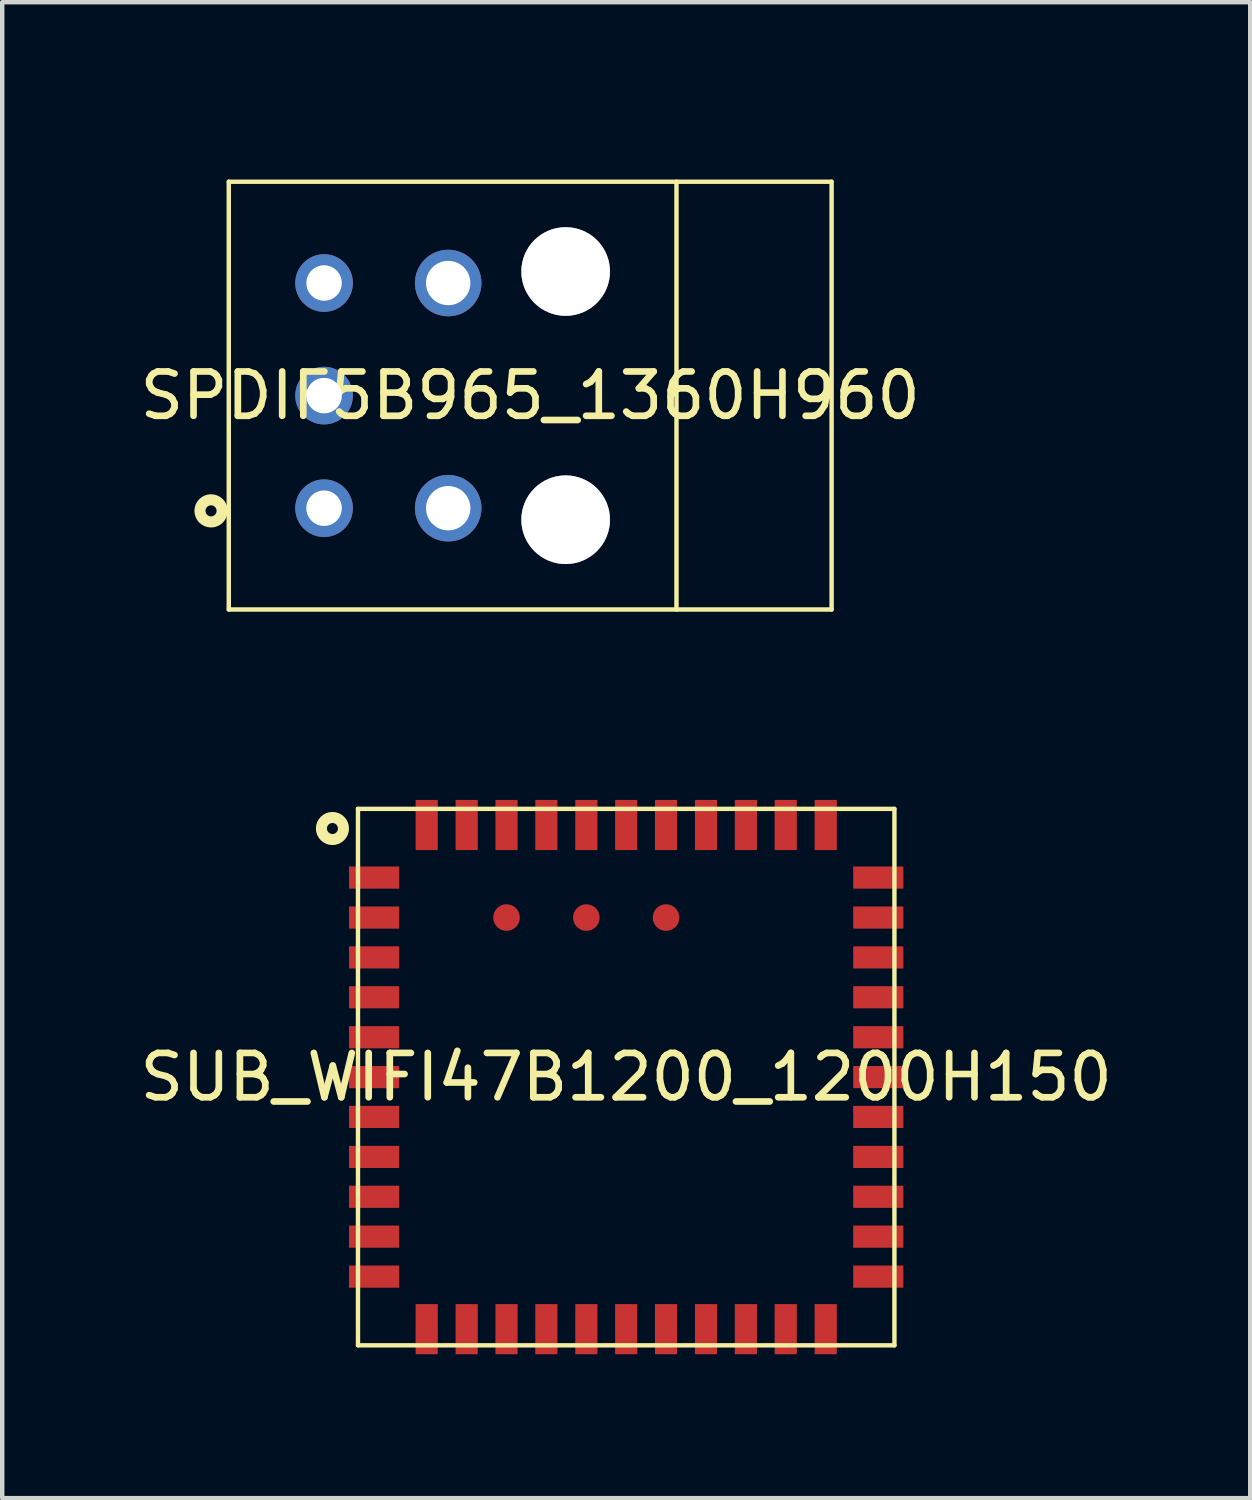
<source format=kicad_pcb>
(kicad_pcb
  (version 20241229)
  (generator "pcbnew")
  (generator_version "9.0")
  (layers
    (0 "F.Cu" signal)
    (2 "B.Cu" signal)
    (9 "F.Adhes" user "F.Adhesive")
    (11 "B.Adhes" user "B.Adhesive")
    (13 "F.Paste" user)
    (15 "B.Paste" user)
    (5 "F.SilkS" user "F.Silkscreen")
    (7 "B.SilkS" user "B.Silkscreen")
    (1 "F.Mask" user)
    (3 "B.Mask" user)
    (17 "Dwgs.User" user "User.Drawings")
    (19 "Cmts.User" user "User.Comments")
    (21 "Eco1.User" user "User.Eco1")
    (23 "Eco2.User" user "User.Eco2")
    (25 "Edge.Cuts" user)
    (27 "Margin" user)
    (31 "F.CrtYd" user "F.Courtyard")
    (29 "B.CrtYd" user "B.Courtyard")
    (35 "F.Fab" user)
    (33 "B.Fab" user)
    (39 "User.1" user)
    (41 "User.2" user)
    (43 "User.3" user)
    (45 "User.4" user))
  (footprint "SPDIF5B965_1360H960"
    (layer "F.Cu")
    (at 8.911 5.875)
    (property "Reference" "SPDIF5B965_1360H960" (at 0 0 0) (layer "F.SilkS") (effects (font (size 1 1) (thickness 0.15))))
    (fp_line (start -6.8 4.825) (end -6.8 -4.825) (stroke (width 0.1) (type default)) (layer "F.SilkS"))
    (fp_line (start 3.3 4.825) (end 3.3 -4.825) (stroke (width 0.1) (type default)) (layer "F.SilkS"))
    (fp_line (start 6.8 -4.825) (end -6.8 -4.825) (stroke (width 0.1) (type default)) (layer "F.SilkS"))
    (fp_line (start 6.8 4.825) (end -6.8 4.825) (stroke (width 0.1) (type default)) (layer "F.SilkS"))
    (fp_line (start 6.8 4.825) (end 6.8 -4.825) (stroke (width 0.1) (type default)) (layer "F.SilkS"))
    (fp_circle (center -7.2 2.6) (end -6.95 2.6) (stroke (width 0.25) (type default)) (fill no) (layer "F.SilkS"))
    (fp_line (start -7.8 5.825) (end -7.8 -5.825) (stroke (width 0.025) (type default)) (layer "User.1"))
    (fp_line (start 7.8 -5.825) (end -7.8 -5.825) (stroke (width 0.025) (type default)) (layer "User.1"))
    (fp_line (start 7.8 5.825) (end -7.8 5.825) (stroke (width 0.025) (type default)) (layer "User.1"))
    (fp_line (start 7.8 5.825) (end 7.8 -5.825) (stroke (width 0.025) (type default)) (layer "User.1"))
    (fp_poly (pts (xy -6.8 -4.825) (xy 6.8 -4.825) (xy 6.8 4.825) (xy -6.8 4.825)) (stroke (width 0.1) (type default)) (fill no) (layer "User.1"))
    (fp_poly (pts (xy -6.8 -4.825) (xy 6.8 -4.825) (xy 6.8 4.825) (xy -6.8 4.825)) (stroke (width 0.1) (type default)) (fill no) (layer "User.1"))
    (fp_poly (pts (xy -6.3 -4.8) (xy -6.3 4.8) (xy 2.8 4.8) (xy 2.8 -4.8)) (stroke (width 0.1) (type default)) (fill no) (layer "User.1"))
    (fp_poly (pts (xy -6.3 -4.8) (xy -6.3 4.8) (xy 2.8 4.8) (xy 2.8 -4.8)) (stroke (width 0.1) (type default)) (fill no) (layer "User.1"))
    (fp_poly (pts (xy -7.8 -5.825) (xy -7.8 5.825) (xy 6.683 5.825) (xy 6.683 4.825) (xy -6.8 4.825) (xy -6.8 -4.825) (xy 6.8 -4.825) (xy 6.8 5.825) (xy 7.8 5.825) (xy 7.8 -5.825)) (stroke (width 0.1) (type default)) (fill no) (layer "User.1"))
    (fp_poly (pts (xy -7.8 -5.825) (xy -7.8 5.825) (xy 6.683 5.825) (xy 6.683 4.825) (xy -6.8 4.825) (xy -6.8 -4.825) (xy 6.8 -4.825) (xy 6.8 5.825) (xy 7.8 5.825) (xy 7.8 -5.825)) (stroke (width 0.1) (type default)) (fill no) (layer "User.1"))
    (pad "1" thru_hole circle (at -4.65 2.54 90) (size 1.3 1.3) (drill 0.8) (layers "*.Cu" "*.Mask"))
    (pad "2" thru_hole circle (at -4.65 0 90) (size 1.3 1.3) (drill 0.8) (layers "*.Cu" "*.Mask"))
    (pad "3" thru_hole circle (at -4.65 -2.54 90) (size 1.3 1.3) (drill 0.8) (layers "*.Cu" "*.Mask"))
    (pad "4" thru_hole circle (at -1.85 2.54 90) (size 1.501 1.501) (drill 1.001) (layers "*.Cu" "*.Mask"))
    (pad "5" thru_hole circle (at -1.85 -2.54 90) (size 1.501 1.501) (drill 1.001) (layers "*.Cu" "*.Mask"))
    (pad "6" thru_hole circle (at 0.8 -2.8 90) (size 2 2) (drill 2) (layers "*.Cu" "*.Mask"))
    (pad "7" thru_hole circle (at 0.8 2.8 90) (size 2 2) (drill 2) (layers "*.Cu" "*.Mask"))
    (zone (net_name "") (layer "Edge.Cuts") (hatch edge 0.5) (connect_pads) (min_thickness 0.25) (filled_areas_thickness no) (keepout (tracks not_allowed) (vias not_allowed) (pads not_allowed) (copperpour not_allowed) (footprints allowed)) (placement (enabled no)) (fill) (polygon (pts (xy 10.037 1.857) (xy 10.341 1.983) (xy 10.602 2.183) (xy 10.803 2.445) (xy 10.929 2.748) (xy 10.972 3.075) (xy 10.929 3.401) (xy 10.803 3.705) (xy 10.602 3.966) (xy 10.341 4.167) (xy 10.037 4.293) (xy 9.711 4.336) (xy 9.384 4.293) (xy 9.08 4.167) (xy 8.819 3.966) (xy 8.619 3.705) (xy 8.493 3.401) (xy 8.45 3.075) (xy 8.493 2.748) (xy 8.619 2.445) (xy 8.819 2.183) (xy 9.08 1.983) (xy 9.384 1.857) (xy 9.711 1.814))))
    (zone (net_name "") (layer "Edge.Cuts") (hatch edge 0.5) (connect_pads) (min_thickness 0.25) (filled_areas_thickness no) (keepout (tracks not_allowed) (vias not_allowed) (pads not_allowed) (copperpour not_allowed) (footprints allowed)) (placement (enabled no)) (fill) (polygon (pts (xy 10.037 7.457) (xy 10.341 7.583) (xy 10.602 7.784) (xy 10.803 8.044) (xy 10.929 8.348) (xy 10.972 8.675) (xy 10.929 9.002) (xy 10.803 9.306) (xy 10.602 9.566) (xy 10.341 9.767) (xy 10.037 9.893) (xy 9.711 9.936) (xy 9.384 9.893) (xy 9.08 9.767) (xy 8.819 9.566) (xy 8.619 9.306) (xy 8.493 9.002) (xy 8.45 8.675) (xy 8.493 8.348) (xy 8.619 8.044) (xy 8.819 7.784) (xy 9.08 7.583) (xy 9.384 7.457) (xy 9.711 7.414)))))
  (footprint "SUB_WIFI47B1200_1200H150"
    (layer "F.Cu")
    (at 11.077 21.249)
    (property "Reference" "SUB_WIFI47B1200_1200H150" (at 0 0 0) (layer "F.SilkS") (effects (font (size 1 1) (thickness 0.15))))
    (fp_line (start -6.051 6.051) (end -6.051 -6.051) (stroke (width 0.099) (type default)) (layer "F.SilkS"))
    (fp_line (start 6.051 -6.051) (end -6.051 -6.051) (stroke (width 0.099) (type default)) (layer "F.SilkS"))
    (fp_line (start 6.051 6.051) (end -6.051 6.051) (stroke (width 0.099) (type default)) (layer "F.SilkS"))
    (fp_line (start 6.051 6.051) (end 6.051 -6.051) (stroke (width 0.099) (type default)) (layer "F.SilkS"))
    (fp_circle (center -6.627 -5.608) (end -6.378 -5.608) (stroke (width 0.249) (type default)) (fill no) (layer "F.SilkS"))
    (fp_line (start -6.449 6.449) (end -6.449 -6.449) (stroke (width 0.025) (type default)) (layer "User.1"))
    (fp_line (start 6.449 -6.449) (end -6.449 -6.449) (stroke (width 0.025) (type default)) (layer "User.1"))
    (fp_line (start 6.449 6.449) (end -6.449 6.449) (stroke (width 0.025) (type default)) (layer "User.1"))
    (fp_line (start 6.449 6.449) (end 6.449 -6.449) (stroke (width 0.025) (type default)) (layer "User.1"))
    (fp_poly (pts (xy -6.051 -6.051) (xy -6.051 6.051) (xy 6.051 6.051) (xy 6.051 -6.051)) (stroke (width 0.1) (type default)) (fill no) (layer "User.1"))
    (fp_poly (pts (xy -6.051 -6.051) (xy -6.051 6.051) (xy 6.051 6.051) (xy 6.051 -6.051)) (stroke (width 0.1) (type default)) (fill no) (layer "User.1"))
    (fp_poly (pts (xy -6.449 6.449) (xy -6.061 6.449) (xy -6.061 -6.061) (xy 6.061 -6.061) (xy 6.061 6.061) (xy -6.051 6.061) (xy -6.051 6.449) (xy 6.449 6.449) (xy 6.449 -6.449) (xy -6.449 -6.449)) (stroke (width 0.1) (type default)) (fill no) (layer "User.1"))
    (fp_poly (pts (xy -6.449 6.449) (xy -6.061 6.449) (xy -6.061 -6.061) (xy 6.061 -6.061) (xy 6.061 6.061) (xy -6.051 6.061) (xy -6.051 6.449) (xy 6.449 6.449) (xy 6.449 -6.449) (xy -6.449 -6.449)) (stroke (width 0.1) (type default)) (fill no) (layer "User.1"))
    (pad "1" smd rect (at -5.687 -4.501 90) (size 0.5 1.131) (layers "F.Cu" "F.Mask" "F.Paste"))
    (pad "2" smd rect (at -5.687 -3.599 90) (size 0.5 1.131) (layers "F.Cu" "F.Mask" "F.Paste"))
    (pad "3" smd rect (at -5.687 -2.7 90) (size 0.5 1.131) (layers "F.Cu" "F.Mask" "F.Paste"))
    (pad "4" smd rect (at -5.687 -1.801 90) (size 0.5 1.131) (layers "F.Cu" "F.Mask" "F.Paste"))
    (pad "5" smd rect (at -5.687 -0.899 90) (size 0.5 1.131) (layers "F.Cu" "F.Mask" "F.Paste"))
    (pad "6" smd rect (at -5.687 0 90) (size 0.5 1.131) (layers "F.Cu" "F.Mask" "F.Paste"))
    (pad "7" smd rect (at -5.687 0.899 90) (size 0.5 1.131) (layers "F.Cu" "F.Mask" "F.Paste"))
    (pad "8" smd rect (at -5.687 1.801 90) (size 0.5 1.131) (layers "F.Cu" "F.Mask" "F.Paste"))
    (pad "9" smd rect (at -5.687 2.7 90) (size 0.5 1.131) (layers "F.Cu" "F.Mask" "F.Paste"))
    (pad "10" smd rect (at -5.687 3.599 90) (size 0.5 1.131) (layers "F.Cu" "F.Mask" "F.Paste"))
    (pad "11" smd rect (at -5.687 4.501 90) (size 0.5 1.131) (layers "F.Cu" "F.Mask" "F.Paste"))
    (pad "12" smd rect (at -4.501 5.687 90) (size 1.131 0.5) (layers "F.Cu" "F.Mask" "F.Paste"))
    (pad "13" smd rect (at -3.599 5.687 90) (size 1.131 0.5) (layers "F.Cu" "F.Mask" "F.Paste"))
    (pad "14" smd rect (at -2.7 5.687 90) (size 1.131 0.5) (layers "F.Cu" "F.Mask" "F.Paste"))
    (pad "15" smd rect (at -1.801 5.687 90) (size 1.131 0.5) (layers "F.Cu" "F.Mask" "F.Paste"))
    (pad "16" smd rect (at -0.899 5.687 90) (size 1.131 0.5) (layers "F.Cu" "F.Mask" "F.Paste"))
    (pad "17" smd rect (at 0 5.687 90) (size 1.131 0.5) (layers "F.Cu" "F.Mask" "F.Paste"))
    (pad "18" smd rect (at 0.899 5.687 90) (size 1.131 0.5) (layers "F.Cu" "F.Mask" "F.Paste"))
    (pad "19" smd rect (at 1.801 5.687 90) (size 1.131 0.5) (layers "F.Cu" "F.Mask" "F.Paste"))
    (pad "20" smd rect (at 2.7 5.687 90) (size 1.131 0.5) (layers "F.Cu" "F.Mask" "F.Paste"))
    (pad "21" smd rect (at 3.599 5.687 90) (size 1.131 0.5) (layers "F.Cu" "F.Mask" "F.Paste"))
    (pad "22" smd rect (at 4.501 5.687 90) (size 1.131 0.5) (layers "F.Cu" "F.Mask" "F.Paste"))
    (pad "23" smd rect (at 5.687 4.501 90) (size 0.5 1.131) (layers "F.Cu" "F.Mask" "F.Paste"))
    (pad "24" smd rect (at 5.687 3.599 90) (size 0.5 1.131) (layers "F.Cu" "F.Mask" "F.Paste"))
    (pad "25" smd rect (at 5.687 2.7 90) (size 0.5 1.131) (layers "F.Cu" "F.Mask" "F.Paste"))
    (pad "26" smd rect (at 5.687 1.801 90) (size 0.5 1.131) (layers "F.Cu" "F.Mask" "F.Paste"))
    (pad "27" smd rect (at 5.687 0.899 90) (size 0.5 1.131) (layers "F.Cu" "F.Mask" "F.Paste"))
    (pad "28" smd rect (at 5.687 0 90) (size 0.5 1.131) (layers "F.Cu" "F.Mask" "F.Paste"))
    (pad "29" smd rect (at 5.687 -0.899 90) (size 0.5 1.131) (layers "F.Cu" "F.Mask" "F.Paste"))
    (pad "30" smd rect (at 5.687 -1.801 90) (size 0.5 1.131) (layers "F.Cu" "F.Mask" "F.Paste"))
    (pad "31" smd rect (at 5.687 -2.7 90) (size 0.5 1.131) (layers "F.Cu" "F.Mask" "F.Paste"))
    (pad "32" smd rect (at 5.687 -3.599 90) (size 0.5 1.131) (layers "F.Cu" "F.Mask" "F.Paste"))
    (pad "33" smd rect (at 5.687 -4.501 90) (size 0.5 1.131) (layers "F.Cu" "F.Mask" "F.Paste"))
    (pad "34" smd rect (at 4.501 -5.687 90) (size 1.131 0.5) (layers "F.Cu" "F.Mask" "F.Paste"))
    (pad "35" smd rect (at 3.599 -5.687 90) (size 1.131 0.5) (layers "F.Cu" "F.Mask" "F.Paste"))
    (pad "36" smd rect (at 2.7 -5.687 90) (size 1.131 0.5) (layers "F.Cu" "F.Mask" "F.Paste"))
    (pad "37" smd rect (at 1.801 -5.687 90) (size 1.131 0.5) (layers "F.Cu" "F.Mask" "F.Paste"))
    (pad "38" smd rect (at 0.899 -5.687 90) (size 1.131 0.5) (layers "F.Cu" "F.Mask" "F.Paste"))
    (pad "39" smd rect (at 0 -5.687 90) (size 1.131 0.5) (layers "F.Cu" "F.Mask" "F.Paste"))
    (pad "40" smd rect (at -0.899 -5.687 90) (size 1.131 0.5) (layers "F.Cu" "F.Mask" "F.Paste"))
    (pad "41" smd rect (at -1.801 -5.687 90) (size 1.131 0.5) (layers "F.Cu" "F.Mask" "F.Paste"))
    (pad "42" smd rect (at -2.7 -5.687 90) (size 1.131 0.5) (layers "F.Cu" "F.Mask" "F.Paste"))
    (pad "43" smd rect (at -3.599 -5.687 90) (size 1.131 0.5) (layers "F.Cu" "F.Mask" "F.Paste"))
    (pad "44" smd rect (at -4.501 -5.687 90) (size 1.131 0.5) (layers "F.Cu" "F.Mask" "F.Paste"))
    (pad "45" smd circle (at -2.7 -3.599 90) (size 0.6 0.6) (layers "F.Cu" "F.Mask" "F.Paste"))
    (pad "46" smd circle (at -0.899 -3.599 90) (size 0.6 0.6) (layers "F.Cu" "F.Mask" "F.Paste"))
    (pad "47" smd circle (at 0.899 -3.599 90) (size 0.6 0.6) (layers "F.Cu" "F.Mask" "F.Paste")))
  (gr_rect
    (start -3 -3)
    (end 25.155 30.748)
    (stroke (width 0.1) (type default))
    (fill no)
    (layer "Edge.Cuts")))
</source>
